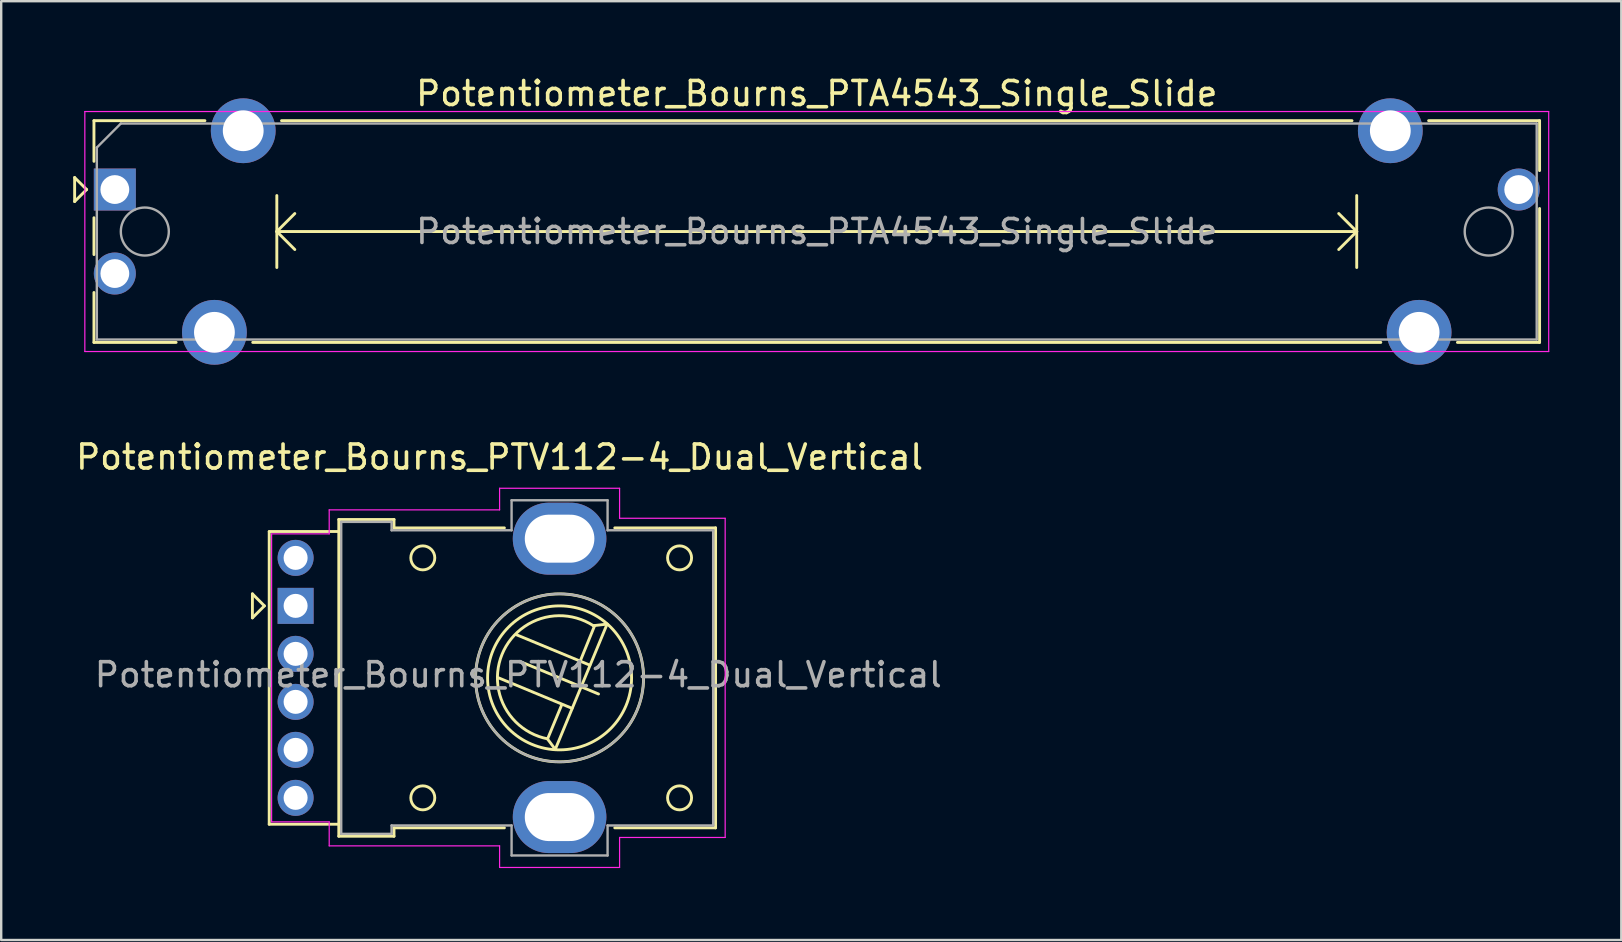
<source format=kicad_pcb>
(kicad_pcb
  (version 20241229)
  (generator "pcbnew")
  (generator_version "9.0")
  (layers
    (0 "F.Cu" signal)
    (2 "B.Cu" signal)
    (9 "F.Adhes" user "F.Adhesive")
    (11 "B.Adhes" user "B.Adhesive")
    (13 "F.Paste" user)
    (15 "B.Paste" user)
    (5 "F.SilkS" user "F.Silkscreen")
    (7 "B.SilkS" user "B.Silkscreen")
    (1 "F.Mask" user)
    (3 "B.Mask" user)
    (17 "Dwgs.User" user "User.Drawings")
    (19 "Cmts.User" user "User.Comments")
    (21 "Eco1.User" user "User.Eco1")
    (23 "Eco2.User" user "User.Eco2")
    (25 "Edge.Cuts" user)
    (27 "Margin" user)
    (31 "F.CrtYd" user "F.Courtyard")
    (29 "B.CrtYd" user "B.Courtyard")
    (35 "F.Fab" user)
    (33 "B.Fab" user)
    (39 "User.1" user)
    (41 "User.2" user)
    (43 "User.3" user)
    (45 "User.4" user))
  (footprint "Potentiometer_Bourns_PTA4543_Single_Slide"
    (layer "F.Cu")
    (at 1.735 4.848)
    (property "Reference" "Potentiometer_Bourns_PTA4543_Single_Slide" (at 29.25 -4 0) (layer "F.SilkS") (effects (font (size 1 1) (thickness 0.15))))
    (attr through_hole)
    (fp_line (start -1.675 -0.5) (end -1.675 0.5) (stroke (width 0.12) (type solid)) (layer "F.SilkS"))
    (fp_line (start -1.675 0.5) (end -1.175 0) (stroke (width 0.12) (type solid)) (layer "F.SilkS"))
    (fp_line (start -1.175 0) (end -1.675 -0.5) (stroke (width 0.12) (type solid)) (layer "F.SilkS"))
    (fp_line (start -0.87 -2.87) (end -0.87 -1.175) (stroke (width 0.12) (type solid)) (layer "F.SilkS"))
    (fp_line (start -0.87 -2.87) (end 3.754 -2.87) (stroke (width 0.12) (type solid)) (layer "F.SilkS"))
    (fp_line (start -0.87 1.175) (end -0.87 2.71) (stroke (width 0.12) (type solid)) (layer "F.SilkS"))
    (fp_line (start -0.87 4.29) (end -0.87 6.37) (stroke (width 0.12) (type solid)) (layer "F.SilkS"))
    (fp_line (start -0.87 6.37) (end 2.554 6.37) (stroke (width 0.12) (type solid)) (layer "F.SilkS"))
    (fp_line (start 5.746 6.37) (end 52.754 6.37) (stroke (width 0.12) (type solid)) (layer "F.SilkS"))
    (fp_line (start 6.75 0.25) (end 6.75 3.25) (stroke (width 0.12) (type solid)) (layer "F.SilkS"))
    (fp_line (start 6.75 1.75) (end 7.5 2.5) (stroke (width 0.12) (type solid)) (layer "F.SilkS"))
    (fp_line (start 6.75 1.75) (end 51.75 1.75) (stroke (width 0.12) (type solid)) (layer "F.SilkS"))
    (fp_line (start 6.946 -2.87) (end 51.554 -2.87) (stroke (width 0.12) (type solid)) (layer "F.SilkS"))
    (fp_line (start 7.5 1) (end 6.75 1.75) (stroke (width 0.12) (type solid)) (layer "F.SilkS"))
    (fp_line (start 51 1) (end 51.75 1.75) (stroke (width 0.12) (type solid)) (layer "F.SilkS"))
    (fp_line (start 51.75 0.25) (end 51.75 3.25) (stroke (width 0.12) (type solid)) (layer "F.SilkS"))
    (fp_line (start 51.75 1.75) (end 51 2.5) (stroke (width 0.12) (type solid)) (layer "F.SilkS"))
    (fp_line (start 54.746 -2.87) (end 59.37 -2.87) (stroke (width 0.12) (type solid)) (layer "F.SilkS"))
    (fp_line (start 55.946 6.37) (end 59.37 6.37) (stroke (width 0.12) (type solid)) (layer "F.SilkS"))
    (fp_line (start 59.37 -2.87) (end 59.37 -0.79) (stroke (width 0.12) (type solid)) (layer "F.SilkS"))
    (fp_line (start 59.37 0.79) (end 59.37 6.37) (stroke (width 0.12) (type solid)) (layer "F.SilkS"))
    (fp_line (start -1.25 -3.25) (end -1.25 6.75) (stroke (width 0.05) (type solid)) (layer "F.CrtYd"))
    (fp_line (start -1.25 6.75) (end 59.75 6.75) (stroke (width 0.05) (type solid)) (layer "F.CrtYd"))
    (fp_line (start 59.75 -3.25) (end -1.25 -3.25) (stroke (width 0.05) (type solid)) (layer "F.CrtYd"))
    (fp_line (start 59.75 6.75) (end 59.75 -3.25) (stroke (width 0.05) (type solid)) (layer "F.CrtYd"))
    (fp_line (start -0.75 -1.75) (end 0.25 -2.75) (stroke (width 0.1) (type solid)) (layer "F.Fab"))
    (fp_line (start -0.75 6.25) (end -0.75 -1.75) (stroke (width 0.1) (type solid)) (layer "F.Fab"))
    (fp_line (start 0.25 -2.75) (end 59.25 -2.75) (stroke (width 0.1) (type solid)) (layer "F.Fab"))
    (fp_line (start 59.25 -2.75) (end 59.25 6.25) (stroke (width 0.1) (type solid)) (layer "F.Fab"))
    (fp_line (start 59.25 6.25) (end -0.75 6.25) (stroke (width 0.1) (type solid)) (layer "F.Fab"))
    (fp_circle (center 1.25 1.75) (end 2.25 1.75) (stroke (width 0.1) (type solid)) (fill no) (layer "F.Fab"))
    (fp_circle (center 57.25 1.75) (end 58.25 1.75) (stroke (width 0.1) (type solid)) (fill no) (layer "F.Fab"))
    (fp_text user "${REFERENCE}" (at 29.25 1.75 0) (layer "F.Fab") (effects (font (size 1 1) (thickness 0.15))))
    (pad "1" thru_hole rect (at 0 0) (size 1.75 1.75) (drill 1.2) (layers "*.Cu" "*.Mask"))
    (pad "2" thru_hole circle (at 0 3.5) (size 1.75 1.75) (drill 1.2) (layers "*.Cu" "*.Mask"))
    (pad "3" thru_hole circle (at 58.5 0) (size 1.75 1.75) (drill 1.2) (layers "*.Cu" "*.Mask"))
    (pad "MP" thru_hole circle (at 4.15 5.95) (size 2.7 2.7) (drill 1.7) (layers "*.Cu" "*.Mask"))
    (pad "MP" thru_hole circle (at 5.35 -2.45) (size 2.7 2.7) (drill 1.7) (layers "*.Cu" "*.Mask"))
    (pad "MP" thru_hole circle (at 53.15 -2.45) (size 2.7 2.7) (drill 1.7) (layers "*.Cu" "*.Mask"))
    (pad "MP" thru_hole circle (at 54.35 5.95) (size 2.7 2.7) (drill 1.7) (layers "*.Cu" "*.Mask")))
  (footprint "Potentiometer_Bourns_PTV112-4_Dual_Vertical"
    (layer "F.Cu")
    (at 9.268 22.197)
    (property "Reference" "Potentiometer_Bourns_PTV112-4_Dual_Vertical" (at 8.5 -6.2 0) (layer "F.SilkS") (effects (font (size 1 1) (thickness 0.15))))
    (attr through_hole)
    (fp_line (start -1.8 -0.5) (end -1.8 0.5) (stroke (width 0.12) (type solid)) (layer "F.SilkS"))
    (fp_line (start -1.8 0.5) (end -1.3 0) (stroke (width 0.12) (type solid)) (layer "F.SilkS"))
    (fp_line (start -1.3 0) (end -1.8 -0.5) (stroke (width 0.12) (type solid)) (layer "F.SilkS"))
    (fp_line (start -1.1 -3.09) (end -1.1 9.1) (stroke (width 0.12) (type default)) (layer "F.SilkS"))
    (fp_line (start 1.8 -3.6) (end 1.8 9.6) (stroke (width 0.12) (type default)) (layer "F.SilkS"))
    (fp_line (start 1.8 -3.6) (end 4.1 -3.6) (stroke (width 0.12) (type default)) (layer "F.SilkS"))
    (fp_line (start 1.8 -3.1) (end -1.1 -3.1) (stroke (width 0.12) (type default)) (layer "F.SilkS"))
    (fp_line (start 1.8 9.1) (end -1.1 9.1) (stroke (width 0.12) (type default)) (layer "F.SilkS"))
    (fp_line (start 1.8 9.6) (end 4.1 9.6) (stroke (width 0.12) (type default)) (layer "F.SilkS"))
    (fp_line (start 4.1 -3.25) (end 4.1 -3.6) (stroke (width 0.12) (type default)) (layer "F.SilkS"))
    (fp_line (start 4.1 9.6) (end 4.1 9.25) (stroke (width 0.12) (type default)) (layer "F.SilkS"))
    (fp_line (start 8.46 3) (end 11.52 4.27) (stroke (width 0.12) (type default)) (layer "F.SilkS"))
    (fp_line (start 8.7 -3.25) (end 4.1 -3.25) (stroke (width 0.12) (type default)) (layer "F.SilkS"))
    (fp_line (start 8.7 9.25) (end 4.1 9.25) (stroke (width 0.12) (type default)) (layer "F.SilkS"))
    (fp_line (start 9.204 1.204) (end 12.26 2.47) (stroke (width 0.12) (type default)) (layer "F.SilkS"))
    (fp_line (start 10.492 5.54) (end 10.82 5.98) (stroke (width 0.12) (type default)) (layer "F.SilkS"))
    (fp_line (start 10.82 5.98) (end 12.98 0.76) (stroke (width 0.12) (type default)) (layer "F.SilkS"))
    (fp_line (start 11.087 4.129) (end 10.506 5.529) (stroke (width 0.12) (type default)) (layer "F.SilkS"))
    (fp_line (start 11.864 2.289) (end 12.459 0.829) (stroke (width 0.12) (type default)) (layer "F.SilkS"))
    (fp_line (start 12.407 0.825) (end 12.98 0.76) (stroke (width 0.12) (type default)) (layer "F.SilkS"))
    (fp_line (start 12.622 3.672) (end 9.378 2.328) (stroke (width 0.12) (type default)) (layer "F.SilkS"))
    (fp_line (start 17.5 -3.25) (end 13.3 -3.25) (stroke (width 0.12) (type default)) (layer "F.SilkS"))
    (fp_line (start 17.5 -3.25) (end 17.5 9.25) (stroke (width 0.12) (type default)) (layer "F.SilkS"))
    (fp_line (start 17.5 9.25) (end 13.3 9.25) (stroke (width 0.12) (type default)) (layer "F.SilkS"))
    (fp_arc (start 10.492 5.539999) (mid 8.600141 2.025148) (end 12.407184 0.825261) (stroke (width 0.12) (type default)) (layer "F.SilkS"))
    (fp_circle (center 5.3 -2) (end 5.3 -1.5) (stroke (width 0.12) (type default)) (fill no) (layer "F.SilkS"))
    (fp_circle (center 5.3 8) (end 5.3 8.5) (stroke (width 0.12) (type default)) (fill no) (layer "F.SilkS"))
    (fp_circle (center 11 3) (end 11 6) (stroke (width 0.12) (type default)) (fill no) (layer "F.SilkS"))
    (fp_circle (center 11 3) (end 11 6.5) (stroke (width 0.12) (type default)) (fill no) (layer "F.SilkS"))
    (fp_circle (center 16 -2) (end 16 -1.5) (stroke (width 0.12) (type default)) (fill no) (layer "F.SilkS"))
    (fp_circle (center 16 8) (end 16 8.5) (stroke (width 0.12) (type default)) (fill no) (layer "F.SilkS"))
    (fp_line (start -1 -3) (end -1 9) (stroke (width 0.05) (type default)) (layer "F.CrtYd"))
    (fp_line (start 1.4 -4) (end 8.5 -4) (stroke (width 0.05) (type default)) (layer "F.CrtYd"))
    (fp_line (start 1.4 -3) (end -1 -3) (stroke (width 0.05) (type default)) (layer "F.CrtYd"))
    (fp_line (start 1.4 -3) (end 1.4 -4) (stroke (width 0.05) (type default)) (layer "F.CrtYd"))
    (fp_line (start 1.4 9) (end -1 9) (stroke (width 0.05) (type default)) (layer "F.CrtYd"))
    (fp_line (start 1.4 9) (end 1.4 10) (stroke (width 0.05) (type default)) (layer "F.CrtYd"))
    (fp_line (start 1.4 10) (end 8.5 10) (stroke (width 0.05) (type default)) (layer "F.CrtYd"))
    (fp_line (start 8.5 -4) (end 8.5 -4.9) (stroke (width 0.05) (type default)) (layer "F.CrtYd"))
    (fp_line (start 8.5 10) (end 8.5 10.9) (stroke (width 0.05) (type default)) (layer "F.CrtYd"))
    (fp_line (start 13.5 -4.9) (end 8.5 -4.9) (stroke (width 0.05) (type default)) (layer "F.CrtYd"))
    (fp_line (start 13.5 -3.65) (end 13.5 -4.9) (stroke (width 0.05) (type default)) (layer "F.CrtYd"))
    (fp_line (start 13.5 9.65) (end 13.5 10.9) (stroke (width 0.05) (type default)) (layer "F.CrtYd"))
    (fp_line (start 13.5 10.9) (end 8.5 10.9) (stroke (width 0.05) (type default)) (layer "F.CrtYd"))
    (fp_line (start 17.9 -3.65) (end 13.5 -3.65) (stroke (width 0.05) (type default)) (layer "F.CrtYd"))
    (fp_line (start 17.9 -3.65) (end 17.9 9.65) (stroke (width 0.05) (type default)) (layer "F.CrtYd"))
    (fp_line (start 17.9 9.65) (end 13.5 9.65) (stroke (width 0.05) (type default)) (layer "F.CrtYd"))
    (fp_line (start 1.9 -3.5) (end 4 -3.5) (stroke (width 0.1) (type default)) (layer "F.Fab"))
    (fp_line (start 1.9 9.5) (end 1.9 -3.5) (stroke (width 0.1) (type default)) (layer "F.Fab"))
    (fp_line (start 4 -3.5) (end 4 -3.15) (stroke (width 0.1) (type default)) (layer "F.Fab"))
    (fp_line (start 4 -3.15) (end 9 -3.15) (stroke (width 0.1) (type default)) (layer "F.Fab"))
    (fp_line (start 4 9.15) (end 4 9.5) (stroke (width 0.1) (type default)) (layer "F.Fab"))
    (fp_line (start 4 9.5) (end 1.9 9.5) (stroke (width 0.1) (type default)) (layer "F.Fab"))
    (fp_line (start 9 -4.4) (end 9 -3.15) (stroke (width 0.1) (type default)) (layer "F.Fab"))
    (fp_line (start 9 9.15) (end 4 9.15) (stroke (width 0.1) (type default)) (layer "F.Fab"))
    (fp_line (start 9 10.4) (end 9 9.15) (stroke (width 0.1) (type default)) (layer "F.Fab"))
    (fp_line (start 13 -4.4) (end 9 -4.4) (stroke (width 0.1) (type default)) (layer "F.Fab"))
    (fp_line (start 13 -4.4) (end 13 -3.15) (stroke (width 0.1) (type default)) (layer "F.Fab"))
    (fp_line (start 13 -3.15) (end 17.4 -3.15) (stroke (width 0.1) (type default)) (layer "F.Fab"))
    (fp_line (start 13 10.4) (end 9 10.4) (stroke (width 0.1) (type default)) (layer "F.Fab"))
    (fp_line (start 13 10.4) (end 13 9.15) (stroke (width 0.1) (type default)) (layer "F.Fab"))
    (fp_line (start 17.4 -3.15) (end 17.4 9.15) (stroke (width 0.1) (type default)) (layer "F.Fab"))
    (fp_line (start 17.4 9.15) (end 13 9.15) (stroke (width 0.1) (type default)) (layer "F.Fab"))
    (fp_circle (center 11 3) (end 14.5 3) (stroke (width 0.1) (type default)) (fill no) (layer "F.Fab"))
    (fp_text user "${REFERENCE}" (at 9.28 2.87 0) (layer "F.Fab") (effects (font (size 1 1) (thickness 0.15))))
    (pad "1" thru_hole rect (at 0 0 270) (size 1.5 1.5) (drill 1) (layers "*.Cu" "*.Mask"))
    (pad "2" thru_hole circle (at 0 -2 270) (size 1.5 1.5) (drill 1) (layers "*.Cu" "*.Mask"))
    (pad "3" thru_hole circle (at 0 8 270) (size 1.5 1.5) (drill 1) (layers "*.Cu" "*.Mask"))
    (pad "4" thru_hole circle (at 0 2 270) (size 1.5 1.5) (drill 1) (layers "*.Cu" "*.Mask"))
    (pad "5" thru_hole circle (at 0 4 270) (size 1.5 1.5) (drill 1) (layers "*.Cu" "*.Mask"))
    (pad "6" thru_hole circle (at 0 6 270) (size 1.5 1.5) (drill 1) (layers "*.Cu" "*.Mask"))
    (pad "SH" thru_hole oval (at 11 -2.8 270) (size 3 3.9) (drill oval 2 2.9) (layers "*.Cu" "*.Mask"))
    (pad "SH" thru_hole oval (at 11 8.8 270) (size 3 3.9) (drill oval 2 2.9) (layers "*.Cu" "*.Mask"))
    (zone (net_name "") (layer "F.Cu") (hatch edge 0.5) (connect_pads) (min_thickness 0.25) (filled_areas_thickness no) (keepout (tracks not_allowed) (vias not_allowed) (pads allowed) (copperpour not_allowed) (footprints not_allowed)) (placement (enabled no)) (fill) (polygon (pts (xy 26.618 18.396) (xy 26.618 20.197) (xy 13.218 20.197) (xy 13.218 18.396))))
    (zone (net_name "") (layer "F.Cu") (hatch edge 0.5) (connect_pads) (min_thickness 0.25) (filled_areas_thickness no) (keepout (tracks not_allowed) (vias not_allowed) (pads allowed) (copperpour not_allowed) (footprints not_allowed)) (placement (enabled no)) (fill) (polygon (pts (xy 26.618 30.197) (xy 26.618 31.997) (xy 13.218 31.997) (xy 13.218 30.197)))))
  (gr_rect
    (start -3 -3)
    (end 64.51 36.121)
    (stroke (width 0.1) (type default))
    (fill no)
    (layer "Edge.Cuts")))
</source>
